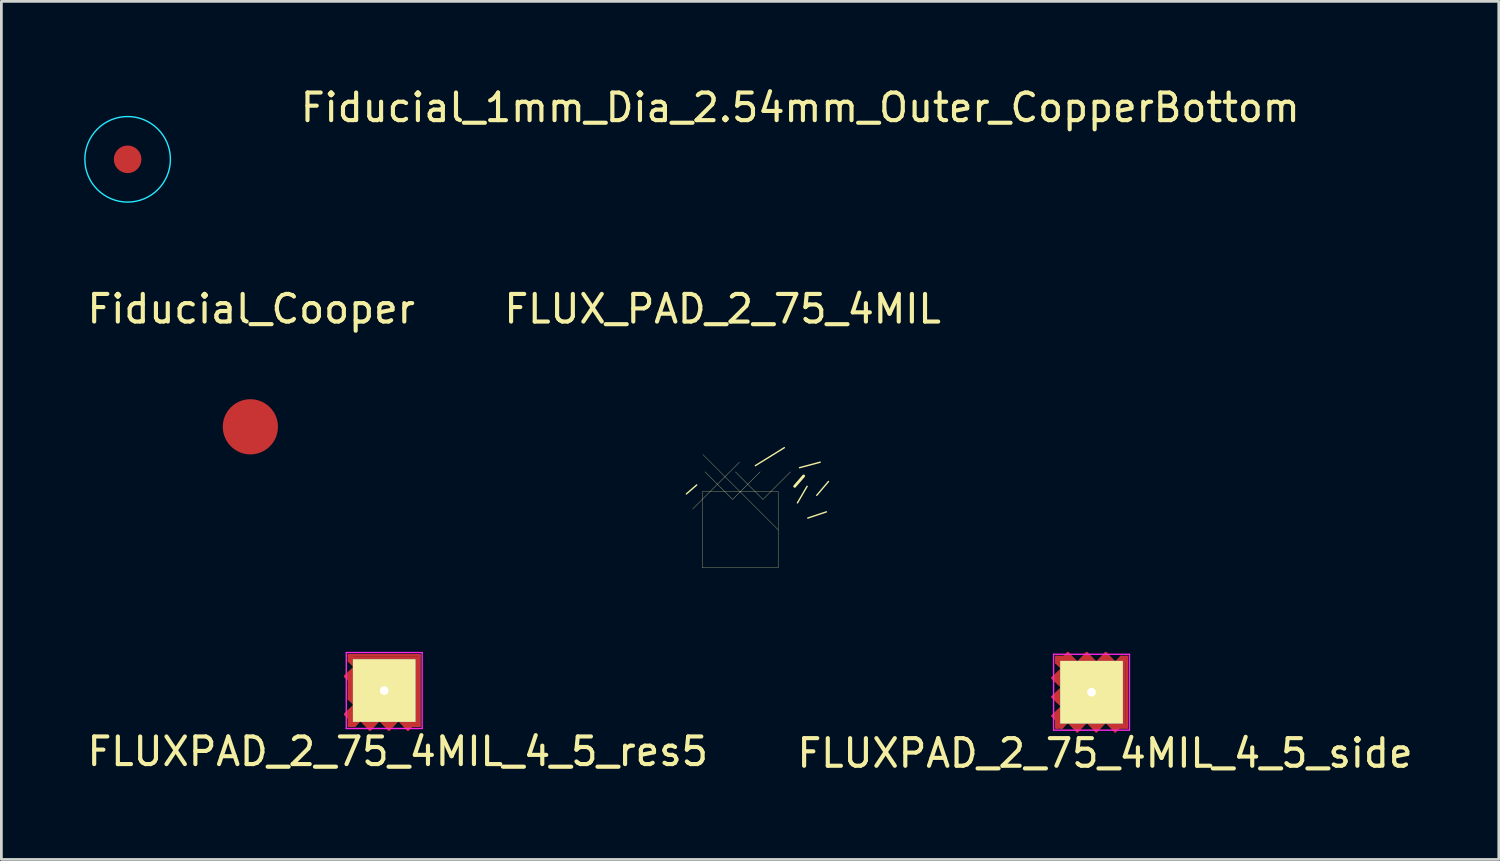
<source format=kicad_pcb>
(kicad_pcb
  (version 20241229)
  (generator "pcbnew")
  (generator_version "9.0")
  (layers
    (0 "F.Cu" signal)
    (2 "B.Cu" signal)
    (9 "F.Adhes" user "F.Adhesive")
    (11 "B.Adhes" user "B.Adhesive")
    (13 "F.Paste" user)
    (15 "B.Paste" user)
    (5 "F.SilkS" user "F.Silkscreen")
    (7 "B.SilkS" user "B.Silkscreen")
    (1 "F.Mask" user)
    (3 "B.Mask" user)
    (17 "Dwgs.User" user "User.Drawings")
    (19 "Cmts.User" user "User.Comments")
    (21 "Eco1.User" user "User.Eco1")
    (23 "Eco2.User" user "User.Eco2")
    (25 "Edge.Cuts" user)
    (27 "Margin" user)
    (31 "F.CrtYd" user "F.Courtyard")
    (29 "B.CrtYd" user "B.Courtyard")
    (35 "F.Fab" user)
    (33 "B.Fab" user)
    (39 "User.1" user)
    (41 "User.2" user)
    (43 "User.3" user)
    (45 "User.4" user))
  (footprint "FLUXPAD_2_75_4MIL_4_5_side"
    (layer "F.Cu")
    (at 36.504 22.034)
    (property "Reference" "FLUXPAD_2_75_4MIL_4_5_side" (at 0.49 2.21 0) (layer "F.SilkS") (effects (font (size 1 1) (thickness 0.15))))
    (attr through_hole)
    (fp_line (start -1.411 -0.516) (end -1.051 -0.859) (stroke (width 0.1) (type solid)) (layer "F.Cu"))
    (fp_line (start -1.411 0.172) (end -1.051 -0.172) (stroke (width 0.1) (type solid)) (layer "F.Cu"))
    (fp_line (start -1.411 0.859) (end -1.275 0.989) (stroke (width 0.1) (type solid)) (layer "F.Cu"))
    (fp_line (start -1.411 0.859) (end -1.051 0.516) (stroke (width 0.1) (type solid)) (layer "F.Cu"))
    (fp_line (start -1.3 -0.52) (end -1.17 -0.64) (stroke (width 0.15) (type solid)) (layer "F.Cu"))
    (fp_line (start -1.29 0.17) (end -1.16 0.05) (stroke (width 0.15) (type solid)) (layer "F.Cu"))
    (fp_line (start -1.275 -1.275) (end -1.275 -1.074) (stroke (width 0.1) (type solid)) (layer "F.Cu"))
    (fp_line (start -1.275 -1.074) (end -1.051 -0.859) (stroke (width 0.1) (type solid)) (layer "F.Cu"))
    (fp_line (start -1.275 0.989) (end -1.275 1.275) (stroke (width 0.1) (type solid)) (layer "F.Cu"))
    (fp_line (start -1.275 1.275) (end -1.074 1.275) (stroke (width 0.1) (type solid)) (layer "F.Cu"))
    (fp_line (start -1.18 1.17) (end -1.17 0.72) (stroke (width 0.15) (type solid)) (layer "F.Cu"))
    (fp_line (start -1.17 -1.18) (end -0.72 -1.17) (stroke (width 0.15) (type solid)) (layer "F.Cu"))
    (fp_line (start -1.17 -1.07) (end -1.17 -1.18) (stroke (width 0.15) (type solid)) (layer "F.Cu"))
    (fp_line (start -1.17 -0.64) (end -1.17 -0.39) (stroke (width 0.15) (type solid)) (layer "F.Cu"))
    (fp_line (start -1.17 -0.39) (end -1.3 -0.52) (stroke (width 0.15) (type solid)) (layer "F.Cu"))
    (fp_line (start -1.17 0.72) (end -1.27 0.88) (stroke (width 0.15) (type solid)) (layer "F.Cu"))
    (fp_line (start -1.16 0.05) (end -1.16 0.3) (stroke (width 0.15) (type solid)) (layer "F.Cu"))
    (fp_line (start -1.16 0.3) (end -1.29 0.17) (stroke (width 0.15) (type solid)) (layer "F.Cu"))
    (fp_line (start -1.074 1.275) (end -0.859 1.051) (stroke (width 0.1) (type solid)) (layer "F.Cu"))
    (fp_line (start -1.07 1.17) (end -1.18 1.17) (stroke (width 0.15) (type solid)) (layer "F.Cu"))
    (fp_line (start -1.051 -0.172) (end -1.411 -0.516) (stroke (width 0.1) (type solid)) (layer "F.Cu"))
    (fp_line (start -1.051 0.516) (end -1.411 0.172) (stroke (width 0.1) (type solid)) (layer "F.Cu"))
    (fp_line (start -0.989 -1.275) (end -1.275 -1.275) (stroke (width 0.1) (type solid)) (layer "F.Cu"))
    (fp_line (start -0.859 -1.411) (end -0.516 -1.051) (stroke (width 0.1) (type solid)) (layer "F.Cu"))
    (fp_line (start -0.859 -1.411) (end -0.989 -1.275) (stroke (width 0.1) (type solid)) (layer "F.Cu"))
    (fp_line (start -0.72 -1.17) (end -0.88 -1.27) (stroke (width 0.15) (type solid)) (layer "F.Cu"))
    (fp_line (start -0.64 1.17) (end -0.39 1.17) (stroke (width 0.15) (type solid)) (layer "F.Cu"))
    (fp_line (start -0.52 1.3) (end -0.64 1.17) (stroke (width 0.15) (type solid)) (layer "F.Cu"))
    (fp_line (start -0.516 -1.051) (end -0.172 -1.411) (stroke (width 0.1) (type solid)) (layer "F.Cu"))
    (fp_line (start -0.516 1.411) (end -0.859 1.051) (stroke (width 0.1) (type solid)) (layer "F.Cu"))
    (fp_line (start -0.39 1.17) (end -0.52 1.3) (stroke (width 0.15) (type solid)) (layer "F.Cu"))
    (fp_line (start -0.3 -1.16) (end -0.17 -1.29) (stroke (width 0.15) (type solid)) (layer "F.Cu"))
    (fp_line (start -0.172 -1.411) (end 0.172 -1.051) (stroke (width 0.1) (type solid)) (layer "F.Cu"))
    (fp_line (start -0.172 1.051) (end -0.516 1.411) (stroke (width 0.1) (type solid)) (layer "F.Cu"))
    (fp_line (start -0.17 -1.29) (end -0.05 -1.16) (stroke (width 0.15) (type solid)) (layer "F.Cu"))
    (fp_line (start -0.05 -1.16) (end -0.3 -1.16) (stroke (width 0.15) (type solid)) (layer "F.Cu"))
    (fp_line (start 0.05 1.16) (end 0.3 1.16) (stroke (width 0.15) (type solid)) (layer "F.Cu"))
    (fp_line (start 0.17 1.29) (end 0.05 1.16) (stroke (width 0.15) (type solid)) (layer "F.Cu"))
    (fp_line (start 0.172 -1.051) (end 0.516 -1.411) (stroke (width 0.1) (type solid)) (layer "F.Cu"))
    (fp_line (start 0.172 1.411) (end -0.172 1.051) (stroke (width 0.1) (type solid)) (layer "F.Cu"))
    (fp_line (start 0.3 1.16) (end 0.17 1.29) (stroke (width 0.15) (type solid)) (layer "F.Cu"))
    (fp_line (start 0.39 -1.17) (end 0.52 -1.3) (stroke (width 0.15) (type solid)) (layer "F.Cu"))
    (fp_line (start 0.516 -1.411) (end 0.859 -1.051) (stroke (width 0.1) (type solid)) (layer "F.Cu"))
    (fp_line (start 0.516 1.051) (end 0.172 1.411) (stroke (width 0.1) (type solid)) (layer "F.Cu"))
    (fp_line (start 0.52 -1.3) (end 0.64 -1.17) (stroke (width 0.15) (type solid)) (layer "F.Cu"))
    (fp_line (start 0.64 -1.17) (end 0.39 -1.17) (stroke (width 0.15) (type solid)) (layer "F.Cu"))
    (fp_line (start 0.72 1.17) (end 0.88 1.27) (stroke (width 0.15) (type solid)) (layer "F.Cu"))
    (fp_line (start 0.859 1.411) (end 0.989 1.275) (stroke (width 0.1) (type solid)) (layer "F.Cu"))
    (fp_line (start 0.859 1.411) (end 0.516 1.051) (stroke (width 0.1) (type solid)) (layer "F.Cu"))
    (fp_line (start 0.989 1.275) (end 1.275 1.275) (stroke (width 0.1) (type solid)) (layer "F.Cu"))
    (fp_line (start 1.07 -1.17) (end 1.18 -1.17) (stroke (width 0.15) (type solid)) (layer "F.Cu"))
    (fp_line (start 1.074 -1.275) (end 0.859 -1.051) (stroke (width 0.1) (type solid)) (layer "F.Cu"))
    (fp_line (start 1.17 1.18) (end 0.72 1.17) (stroke (width 0.15) (type solid)) (layer "F.Cu"))
    (fp_line (start 1.18 -1.16) (end 1.18 1.16) (stroke (width 0.1) (type solid)) (layer "F.Cu"))
    (fp_line (start 1.275 -1.275) (end 1.074 -1.275) (stroke (width 0.1) (type solid)) (layer "F.Cu"))
    (fp_line (start 1.275 1.275) (end 1.275 -1.275) (stroke (width 0.1) (type solid)) (layer "F.Cu"))
    (fp_line (start -1.375 -1.375) (end -1.375 1.375) (stroke (width 0.05) (type solid)) (layer "F.CrtYd"))
    (fp_line (start -1.375 -1.375) (end 1.375 -1.375) (stroke (width 0.05) (type solid)) (layer "F.CrtYd"))
    (fp_line (start -1.375 1.375) (end 1.375 1.375) (stroke (width 0.05) (type solid)) (layer "F.CrtYd"))
    (fp_line (start 1.375 -1.375) (end 1.375 1.375) (stroke (width 0.05) (type solid)) (layer "F.CrtYd"))
    (pad "1" thru_hole circle (at 0 0) (size 0.605 0.605) (drill 0.3) (layers "*.Cu" "*.Mask" "F.SilkS"))
    (pad "1" thru_hole rect (at 0 0) (size 2.27 2.27) (drill 0.3) (layers "F.Cu" "F.Mask" "F.SilkS")))
  (footprint "Fiducial_1mm_Dia_2.54mm_Outer_CopperBottom"
    (layer "F.Cu")
    (at 1.575 2.723)
    (property "Reference" "Fiducial_1mm_Dia_2.54mm_Outer_CopperBottom" (at 24.375 -1.875 0) (layer "F.SilkS") (effects (font (size 1 1) (thickness 0.15))))
    (attr exclude_from_pos_files exclude_from_bom)
    (fp_circle (center 0 0) (end 1.55 0) (stroke (width 0.05) (type solid)) (fill no) (layer "B.CrtYd"))
    (pad "~" smd circle (at 0 0) (size 1 1) (layers "F.Cu" "F.Mask")))
  (footprint "FLUXPAD_2_75_4MIL_4_5_res5"
    (layer "F.Cu")
    (at 10.873 21.973)
    (property "Reference" "FLUXPAD_2_75_4MIL_4_5_res5" (at 0.49 2.21 0) (layer "F.SilkS") (effects (font (size 1 1) (thickness 0.15))))
    (attr through_hole)
    (fp_line (start -1.411 -0.516) (end -1.051 -0.859) (stroke (width 0.1) (type solid)) (layer "F.Cu"))
    (fp_line (start -1.411 0.859) (end -1.275 0.989) (stroke (width 0.1) (type solid)) (layer "F.Cu"))
    (fp_line (start -1.411 0.859) (end -1.051 0.516) (stroke (width 0.1) (type solid)) (layer "F.Cu"))
    (fp_line (start -1.3 -0.52) (end -1.17 -0.64) (stroke (width 0.15) (type solid)) (layer "F.Cu"))
    (fp_line (start -1.275 -1.275) (end -1.275 -1.074) (stroke (width 0.1) (type solid)) (layer "F.Cu"))
    (fp_line (start -1.275 -1.074) (end -1.051 -0.859) (stroke (width 0.1) (type solid)) (layer "F.Cu"))
    (fp_line (start -1.275 -0.37) (end -1.275 0.302) (stroke (width 0.1) (type solid)) (layer "F.Cu"))
    (fp_line (start -1.275 0.989) (end -1.275 1.275) (stroke (width 0.1) (type solid)) (layer "F.Cu"))
    (fp_line (start -1.275 1.275) (end -1.074 1.275) (stroke (width 0.1) (type solid)) (layer "F.Cu"))
    (fp_line (start -1.25 -1.18) (end 1.25 -1.18) (stroke (width 0.1) (type solid)) (layer "F.Cu"))
    (fp_line (start -1.18 1.17) (end -1.17 0.72) (stroke (width 0.15) (type solid)) (layer "F.Cu"))
    (fp_line (start -1.17 -1.07) (end -1.17 -1.18) (stroke (width 0.15) (type solid)) (layer "F.Cu"))
    (fp_line (start -1.17 -0.64) (end -1.17 -0.39) (stroke (width 0.15) (type solid)) (layer "F.Cu"))
    (fp_line (start -1.17 -0.39) (end -1.3 -0.52) (stroke (width 0.15) (type solid)) (layer "F.Cu"))
    (fp_line (start -1.17 0.72) (end -1.27 0.88) (stroke (width 0.15) (type solid)) (layer "F.Cu"))
    (fp_line (start -1.16 -0.3) (end -1.16 0.3) (stroke (width 0.15) (type solid)) (layer "F.Cu"))
    (fp_line (start -1.074 1.275) (end -0.859 1.051) (stroke (width 0.1) (type solid)) (layer "F.Cu"))
    (fp_line (start -1.07 1.17) (end -1.18 1.17) (stroke (width 0.15) (type solid)) (layer "F.Cu"))
    (fp_line (start -1.051 -0.172) (end -1.411 -0.516) (stroke (width 0.1) (type solid)) (layer "F.Cu"))
    (fp_line (start -1.051 0.516) (end -1.275 0.302) (stroke (width 0.1) (type solid)) (layer "F.Cu"))
    (fp_line (start -0.64 1.17) (end -0.39 1.17) (stroke (width 0.15) (type solid)) (layer "F.Cu"))
    (fp_line (start -0.52 1.3) (end -0.64 1.17) (stroke (width 0.15) (type solid)) (layer "F.Cu"))
    (fp_line (start -0.516 1.411) (end -0.859 1.051) (stroke (width 0.1) (type solid)) (layer "F.Cu"))
    (fp_line (start -0.39 1.17) (end -0.52 1.3) (stroke (width 0.15) (type solid)) (layer "F.Cu"))
    (fp_line (start -0.172 1.051) (end -0.516 1.411) (stroke (width 0.1) (type solid)) (layer "F.Cu"))
    (fp_line (start 0.05 1.16) (end 0.3 1.16) (stroke (width 0.15) (type solid)) (layer "F.Cu"))
    (fp_line (start 0.17 1.29) (end 0.05 1.16) (stroke (width 0.15) (type solid)) (layer "F.Cu"))
    (fp_line (start 0.172 1.411) (end -0.172 1.051) (stroke (width 0.1) (type solid)) (layer "F.Cu"))
    (fp_line (start 0.3 1.16) (end 0.17 1.29) (stroke (width 0.15) (type solid)) (layer "F.Cu"))
    (fp_line (start 0.516 1.051) (end 0.172 1.411) (stroke (width 0.1) (type solid)) (layer "F.Cu"))
    (fp_line (start 0.72 1.17) (end 0.88 1.27) (stroke (width 0.15) (type solid)) (layer "F.Cu"))
    (fp_line (start 0.859 1.411) (end 0.989 1.275) (stroke (width 0.1) (type solid)) (layer "F.Cu"))
    (fp_line (start 0.859 1.411) (end 0.516 1.051) (stroke (width 0.1) (type solid)) (layer "F.Cu"))
    (fp_line (start 0.989 1.275) (end 1.275 1.275) (stroke (width 0.1) (type solid)) (layer "F.Cu"))
    (fp_line (start 1.17 1.18) (end 0.72 1.17) (stroke (width 0.15) (type solid)) (layer "F.Cu"))
    (fp_line (start 1.18 1.15) (end 1.18 -1.15) (stroke (width 0.1) (type solid)) (layer "F.Cu"))
    (fp_line (start 1.275 -1.275) (end -1.275 -1.275) (stroke (width 0.1) (type solid)) (layer "F.Cu"))
    (fp_line (start 1.275 1.275) (end 1.275 -1.275) (stroke (width 0.1) (type solid)) (layer "F.Cu"))
    (fp_line (start -1.375 -1.375) (end -1.375 1.375) (stroke (width 0.05) (type solid)) (layer "F.CrtYd"))
    (fp_line (start -1.375 -1.375) (end 1.375 -1.375) (stroke (width 0.05) (type solid)) (layer "F.CrtYd"))
    (fp_line (start -1.375 1.375) (end 1.375 1.375) (stroke (width 0.05) (type solid)) (layer "F.CrtYd"))
    (fp_line (start 1.375 -1.375) (end 1.375 1.375) (stroke (width 0.05) (type solid)) (layer "F.CrtYd"))
    (pad "1" thru_hole circle (at 0 0) (size 0.605 0.605) (drill 0.3) (layers "*.Cu" "*.Mask" "F.SilkS"))
    (pad "1" thru_hole rect (at 0 0) (size 2.27 2.27) (drill 0.3) (layers "F.Cu" "F.Mask" "F.SilkS")))
  (footprint "Fiducial_Cooper"
    (layer "F.Cu")
    (at 6.023 12.416)
    (property "Reference" "Fiducial_Cooper" (at 0.03 -4.27 0) (layer "F.SilkS") (effects (font (size 1 1) (thickness 0.15))))
    (attr through_hole)
    (pad "" smd circle (at 0 0) (size 4 4) (layers "F.Mask"))
    (pad "1" smd circle (at 0 0) (size 2 2) (layers "F.Cu" "F.Mask")))
  (footprint "FLUX_PAD_2_75_4MIL"
    (layer "F.Cu")
    (at 23.772 16.148)
    (property "Reference" "FLUX_PAD_2_75_4MIL" (at -0.635 -8.001 0) (layer "F.SilkS") (effects (font (size 1 1) (thickness 0.15))))
    (attr through_hole)
    (fp_line (start -1.725 -0.75) (end -0.025 -2.45) (stroke (width 0.01) (type solid)) (layer "F.SilkS"))
    (fp_line (start -1.575 -1.625) (end -1.95 -1.3) (stroke (width 0.05) (type solid)) (layer "F.SilkS"))
    (fp_line (start -1.375 -1.375) (end -1.375 1.375) (stroke (width 0.01) (type solid)) (layer "F.SilkS"))
    (fp_line (start -1.375 1.375) (end 1.375 1.375) (stroke (width 0.01) (type solid)) (layer "F.SilkS"))
    (fp_line (start -0.275 -1.1) (end -1.275 -2.1) (stroke (width 0.01) (type solid)) (layer "F.SilkS"))
    (fp_line (start 0.725 -2.1) (end -0.275 -1.1) (stroke (width 0.01) (type solid)) (layer "F.SilkS"))
    (fp_line (start 0.825 -1.1) (end -0.175 -2.1) (stroke (width 0.01) (type solid)) (layer "F.SilkS"))
    (fp_line (start 1.375 -1.375) (end -1.375 -1.375) (stroke (width 0.01) (type solid)) (layer "F.SilkS"))
    (fp_line (start 1.375 0) (end -1.35 -2.725) (stroke (width 0.01) (type solid)) (layer "F.SilkS"))
    (fp_line (start 1.375 1.375) (end 1.375 -1.375) (stroke (width 0.01) (type solid)) (layer "F.SilkS"))
    (fp_line (start 1.6 -2.975) (end 0.55 -2.325) (stroke (width 0.05) (type solid)) (layer "F.SilkS"))
    (fp_line (start 1.825 -2.1) (end 0.825 -1.1) (stroke (width 0.01) (type solid)) (layer "F.SilkS"))
    (fp_line (start 2.3 -1.95) (end 1.975 -1.575) (stroke (width 0.102) (type solid)) (layer "F.SilkS"))
    (fp_line (start 2.425 -1.575) (end 2.075 -0.975) (stroke (width 0.05) (type solid)) (layer "F.SilkS"))
    (fp_line (start 2.9 -2.45) (end 2.15 -2.25) (stroke (width 0.05) (type solid)) (layer "F.SilkS"))
    (fp_line (start 3.125 -0.65) (end 2.45 -0.425) (stroke (width 0.05) (type solid)) (layer "F.SilkS"))
    (fp_line (start 3.2 -1.75) (end 2.775 -1.25) (stroke (width 0.05) (type solid)) (layer "F.SilkS"))
    (fp_line (start -1.275 -1.275) (end -1.275 1.375) (stroke (width 0.102) (type solid)) (layer "F.Paste"))
    (fp_line (start -1.275 -1.275) (end -1.072 -1.275) (stroke (width 0.102) (type solid)) (layer "F.Paste"))
    (fp_line (start -1.072 -1.275) (end -1.062 -1.275) (stroke (width 0.102) (type solid)) (layer "F.Paste"))
    (fp_line (start -1.062 -1.275) (end -1.057 -1.275) (stroke (width 0.102) (type solid)) (layer "F.Paste"))
    (fp_line (start -1.057 -1.275) (end -0.828 -1.504) (stroke (width 0.102) (type solid)) (layer "F.Paste"))
    (fp_line (start -0.828 -1.504) (end -0.823 -1.504) (stroke (width 0.102) (type solid)) (layer "F.Paste"))
    (fp_line (start -0.823 -1.504) (end -0.32 -1.001) (stroke (width 0.102) (type solid)) (layer "F.Paste"))
    (fp_line (start -0.32 -1.001) (end -0.305 -1.001) (stroke (width 0.102) (type solid)) (layer "F.Paste"))
    (fp_line (start -0.305 -1.001) (end -0.284 -0.996) (stroke (width 0.102) (type solid)) (layer "F.Paste"))
    (fp_line (start -0.284 -0.996) (end -0.269 -0.996) (stroke (width 0.102) (type solid)) (layer "F.Paste"))
    (fp_line (start -0.269 -0.996) (end -0.244 -1.001) (stroke (width 0.102) (type solid)) (layer "F.Paste"))
    (fp_line (start -0.244 -1.001) (end -0.224 -1.011) (stroke (width 0.102) (type solid)) (layer "F.Paste"))
    (fp_line (start -0.224 -1.011) (end -0.193 -1.036) (stroke (width 0.102) (type solid)) (layer "F.Paste"))
    (fp_line (start -0.193 -1.036) (end 0.274 -1.504) (stroke (width 0.102) (type solid)) (layer "F.Paste"))
    (fp_line (start 0.274 -1.504) (end 0.777 -1.006) (stroke (width 0.102) (type solid)) (layer "F.Paste"))
    (fp_line (start 0.777 -1.006) (end 0.813 -0.996) (stroke (width 0.102) (type solid)) (layer "F.Paste"))
    (fp_line (start 0.813 -0.996) (end 0.833 -0.996) (stroke (width 0.102) (type solid)) (layer "F.Paste"))
    (fp_line (start 0.833 -0.996) (end 0.869 -1.006) (stroke (width 0.102) (type solid)) (layer "F.Paste"))
    (fp_line (start 0.869 -1.006) (end 0.884 -1.016) (stroke (width 0.102) (type solid)) (layer "F.Paste"))
    (fp_line (start 0.884 -1.016) (end 1.143 -1.275) (stroke (width 0.102) (type solid)) (layer "F.Paste"))
    (fp_line (start 1.143 -1.275) (end 1.275 -1.275) (stroke (width 0.102) (type solid)) (layer "F.Paste"))
    (fp_line (start 1.275 -1.275) (end 1.275 1.375) (stroke (width 0.102) (type solid)) (layer "F.Paste"))
    (fp_line (start 1.375 1.375) (end -1.375 1.375) (stroke (width 0.102) (type solid)) (layer "F.Paste"))
    (fp_line (start -1.375 -1.375) (end -1.1 -1.375) (stroke (width 0.102) (type solid)) (layer "B.Paste"))
    (fp_line (start -1.375 1.375) (end -1.375 -1.375) (stroke (width 0.102) (type solid)) (layer "B.Paste"))
    (fp_line (start -1.1 -1.375) (end -0.825 -1.65) (stroke (width 0.102) (type solid)) (layer "B.Paste"))
    (fp_line (start -0.825 -1.65) (end -0.275 -1.1) (stroke (width 0.102) (type solid)) (layer "B.Paste"))
    (fp_line (start -0.275 -1.1) (end 0.275 -1.65) (stroke (width 0.102) (type solid)) (layer "B.Paste"))
    (fp_line (start 0.275 -1.65) (end 0.825 -1.1) (stroke (width 0.102) (type solid)) (layer "B.Paste"))
    (fp_line (start 0.825 -1.1) (end 1.1 -1.375) (stroke (width 0.102) (type solid)) (layer "B.Paste"))
    (fp_line (start 1.1 -1.375) (end 1.375 -1.375) (stroke (width 0.102) (type solid)) (layer "B.Paste"))
    (fp_line (start 1.375 -1.375) (end 1.375 1.375) (stroke (width 0.102) (type solid)) (layer "B.Paste")))
  (gr_rect
    (start -3 -3)
    (end 51.262 28.093)
    (stroke (width 0.1) (type default))
    (fill no)
    (layer "Edge.Cuts")))
</source>
